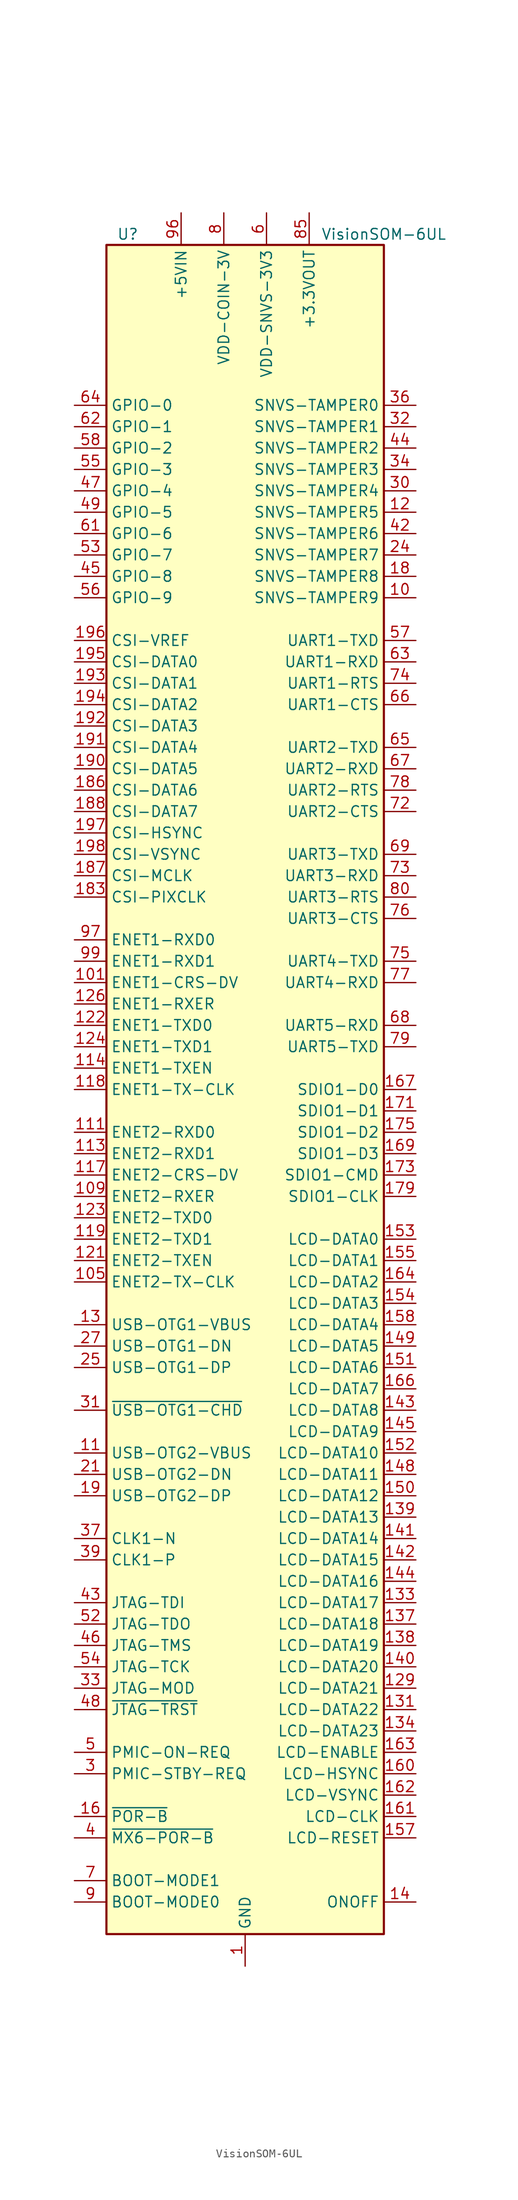
<source format=kicad_sym>
(kicad_symbol_lib
  (version 20211014)
  (generator kicad_symbol_editor)
  (symbol "VisionSOM-6UL"
    (property "Reference" "U"
      (at -13.97 101.6 0)
      (effects (font (size 1.27 1.27))))
    (property "Value" "VisionSOM-6UL"
      (at 16.51 101.6 0)
      (effects (font (size 1.27 1.27))))
    (symbol "VisionSOM-6UL_0_1"
      (rectangle (start -16.51 100.33) (end 16.51 -100.33) (stroke (width 0.254) (type default) (color 0 0 0 0)) (fill (type background))))
    (symbol "VisionSOM-6UL_1_1"
      (pin power_in line (at 0 -104.14 90) (length 3.81) (name "GND" (effects (font (size 1.27 1.27)))) (number "1" (effects (font (size 1.27 1.27)))))
      (pin bidirectional line (at 20.32 58.42 180) (length 3.81) (name "SNVS-TAMPER9" (effects (font (size 1.27 1.27)))) (number "10" (effects (font (size 1.27 1.27)))))
      (pin passive line (at -7.62 104.14 270) (length 3.81) hide (name "+5VIN" (effects (font (size 1.27 1.27)))) (number "100" (effects (font (size 1.27 1.27)))))
      (pin bidirectional line (at -20.32 12.7 0) (length 3.81) (name "ENET1-CRS-DV" (effects (font (size 1.27 1.27)))) (number "101" (effects (font (size 1.27 1.27)))))
      (pin passive line (at -7.62 104.14 270) (length 3.81) hide (name "+5VIN" (effects (font (size 1.27 1.27)))) (number "102" (effects (font (size 1.27 1.27)))))
      (pin passive line (at 0 -104.14 90) (length 3.81) hide (name "GND" (effects (font (size 1.27 1.27)))) (number "103" (effects (font (size 1.27 1.27)))))
      (pin passive line (at -7.62 104.14 270) (length 3.81) hide (name "+5VIN" (effects (font (size 1.27 1.27)))) (number "104" (effects (font (size 1.27 1.27)))))
      (pin bidirectional line (at -20.32 -22.86 0) (length 3.81) (name "ENET2-TX-CLK" (effects (font (size 1.27 1.27)))) (number "105" (effects (font (size 1.27 1.27)))))
      (pin passive line (at -7.62 104.14 270) (length 3.81) hide (name "+5VIN" (effects (font (size 1.27 1.27)))) (number "106" (effects (font (size 1.27 1.27)))))
      (pin passive line (at 0 -104.14 90) (length 3.81) hide (name "GND" (effects (font (size 1.27 1.27)))) (number "107" (effects (font (size 1.27 1.27)))))
      (pin passive line (at -7.62 104.14 270) (length 3.81) hide (name "+5VIN" (effects (font (size 1.27 1.27)))) (number "108" (effects (font (size 1.27 1.27)))))
      (pin bidirectional line (at -20.32 -12.7 0) (length 3.81) (name "ENET2-RXER" (effects (font (size 1.27 1.27)))) (number "109" (effects (font (size 1.27 1.27)))))
      (pin input line (at -20.32 -43.18 0) (length 3.81) (name "USB-OTG2-VBUS" (effects (font (size 1.27 1.27)))) (number "11" (effects (font (size 1.27 1.27)))))
      (pin passive line (at -7.62 104.14 270) (length 3.81) hide (name "+5VIN" (effects (font (size 1.27 1.27)))) (number "110" (effects (font (size 1.27 1.27)))))
      (pin bidirectional line (at -20.32 -5.08 0) (length 3.81) (name "ENET2-RXD0" (effects (font (size 1.27 1.27)))) (number "111" (effects (font (size 1.27 1.27)))))
      (pin passive line (at -7.62 104.14 270) (length 3.81) hide (name "+5VIN" (effects (font (size 1.27 1.27)))) (number "112" (effects (font (size 1.27 1.27)))))
      (pin bidirectional line (at -20.32 -7.62 0) (length 3.81) (name "ENET2-RXD1" (effects (font (size 1.27 1.27)))) (number "113" (effects (font (size 1.27 1.27)))))
      (pin bidirectional line (at -20.32 2.54 0) (length 3.81) (name "ENET1-TXEN" (effects (font (size 1.27 1.27)))) (number "114" (effects (font (size 1.27 1.27)))))
      (pin passive line (at 0 -104.14 90) (length 3.81) hide (name "GND" (effects (font (size 1.27 1.27)))) (number "115" (effects (font (size 1.27 1.27)))))
      (pin passive line (at 0 -104.14 90) (length 3.81) hide (name "GND" (effects (font (size 1.27 1.27)))) (number "116" (effects (font (size 1.27 1.27)))))
      (pin bidirectional line (at -20.32 -10.16 0) (length 3.81) (name "ENET2-CRS-DV" (effects (font (size 1.27 1.27)))) (number "117" (effects (font (size 1.27 1.27)))))
      (pin bidirectional line (at -20.32 0 0) (length 3.81) (name "ENET1-TX-CLK" (effects (font (size 1.27 1.27)))) (number "118" (effects (font (size 1.27 1.27)))))
      (pin bidirectional line (at -20.32 -17.78 0) (length 3.81) (name "ENET2-TXD1" (effects (font (size 1.27 1.27)))) (number "119" (effects (font (size 1.27 1.27)))))
      (pin bidirectional line (at 20.32 68.58 180) (length 3.81) (name "SNVS-TAMPER5" (effects (font (size 1.27 1.27)))) (number "12" (effects (font (size 1.27 1.27)))))
      (pin passive line (at 0 -104.14 90) (length 3.81) hide (name "GND" (effects (font (size 1.27 1.27)))) (number "120" (effects (font (size 1.27 1.27)))))
      (pin bidirectional line (at -20.32 -20.32 0) (length 3.81) (name "ENET2-TXEN" (effects (font (size 1.27 1.27)))) (number "121" (effects (font (size 1.27 1.27)))))
      (pin bidirectional line (at -20.32 7.62 0) (length 3.81) (name "ENET1-TXD0" (effects (font (size 1.27 1.27)))) (number "122" (effects (font (size 1.27 1.27)))))
      (pin bidirectional line (at -20.32 -15.24 0) (length 3.81) (name "ENET2-TXD0" (effects (font (size 1.27 1.27)))) (number "123" (effects (font (size 1.27 1.27)))))
      (pin bidirectional line (at -20.32 5.08 0) (length 3.81) (name "ENET1-TXD1" (effects (font (size 1.27 1.27)))) (number "124" (effects (font (size 1.27 1.27)))))
      (pin passive line (at 0 -104.14 90) (length 3.81) hide (name "GND" (effects (font (size 1.27 1.27)))) (number "125" (effects (font (size 1.27 1.27)))))
      (pin bidirectional line (at -20.32 10.16 0) (length 3.81) (name "ENET1-RXER" (effects (font (size 1.27 1.27)))) (number "126" (effects (font (size 1.27 1.27)))))
      (pin passive line (at 0 -104.14 90) (length 3.81) hide (name "GND" (effects (font (size 1.27 1.27)))) (number "127" (effects (font (size 1.27 1.27)))))
      (pin passive line (at 0 -104.14 90) (length 3.81) hide (name "GND" (effects (font (size 1.27 1.27)))) (number "128" (effects (font (size 1.27 1.27)))))
      (pin bidirectional line (at 20.32 -71.12 180) (length 3.81) (name "LCD-DATA21" (effects (font (size 1.27 1.27)))) (number "129" (effects (font (size 1.27 1.27)))))
      (pin input line (at -20.32 -27.94 0) (length 3.81) (name "USB-OTG1-VBUS" (effects (font (size 1.27 1.27)))) (number "13" (effects (font (size 1.27 1.27)))))
      (pin passive line (at 0 -104.14 90) (length 3.81) hide (name "GND" (effects (font (size 1.27 1.27)))) (number "130" (effects (font (size 1.27 1.27)))))
      (pin bidirectional line (at 20.32 -73.66 180) (length 3.81) (name "LCD-DATA22" (effects (font (size 1.27 1.27)))) (number "131" (effects (font (size 1.27 1.27)))))
      (pin passive line (at 0 -104.14 90) (length 3.81) hide (name "GND" (effects (font (size 1.27 1.27)))) (number "132" (effects (font (size 1.27 1.27)))))
      (pin bidirectional line (at 20.32 -60.96 180) (length 3.81) (name "LCD-DATA17" (effects (font (size 1.27 1.27)))) (number "133" (effects (font (size 1.27 1.27)))))
      (pin bidirectional line (at 20.32 -76.2 180) (length 3.81) (name "LCD-DATA23" (effects (font (size 1.27 1.27)))) (number "134" (effects (font (size 1.27 1.27)))))
      (pin passive line (at 0 -104.14 90) (length 3.81) hide (name "GND" (effects (font (size 1.27 1.27)))) (number "135" (effects (font (size 1.27 1.27)))))
      (pin passive line (at 0 -104.14 90) (length 3.81) hide (name "GND" (effects (font (size 1.27 1.27)))) (number "136" (effects (font (size 1.27 1.27)))))
      (pin bidirectional line (at 20.32 -63.5 180) (length 3.81) (name "LCD-DATA18" (effects (font (size 1.27 1.27)))) (number "137" (effects (font (size 1.27 1.27)))))
      (pin bidirectional line (at 20.32 -66.04 180) (length 3.81) (name "LCD-DATA19" (effects (font (size 1.27 1.27)))) (number "138" (effects (font (size 1.27 1.27)))))
      (pin bidirectional line (at 20.32 -50.8 180) (length 3.81) (name "LCD-DATA13" (effects (font (size 1.27 1.27)))) (number "139" (effects (font (size 1.27 1.27)))))
      (pin input line (at 20.32 -96.52 180) (length 3.81) (name "ONOFF" (effects (font (size 1.27 1.27)))) (number "14" (effects (font (size 1.27 1.27)))))
      (pin bidirectional line (at 20.32 -68.58 180) (length 3.81) (name "LCD-DATA20" (effects (font (size 1.27 1.27)))) (number "140" (effects (font (size 1.27 1.27)))))
      (pin bidirectional line (at 20.32 -53.34 180) (length 3.81) (name "LCD-DATA14" (effects (font (size 1.27 1.27)))) (number "141" (effects (font (size 1.27 1.27)))))
      (pin bidirectional line (at 20.32 -55.88 180) (length 3.81) (name "LCD-DATA15" (effects (font (size 1.27 1.27)))) (number "142" (effects (font (size 1.27 1.27)))))
      (pin bidirectional line (at 20.32 -38.1 180) (length 3.81) (name "LCD-DATA8" (effects (font (size 1.27 1.27)))) (number "143" (effects (font (size 1.27 1.27)))))
      (pin bidirectional line (at 20.32 -58.42 180) (length 3.81) (name "LCD-DATA16" (effects (font (size 1.27 1.27)))) (number "144" (effects (font (size 1.27 1.27)))))
      (pin bidirectional line (at 20.32 -40.64 180) (length 3.81) (name "LCD-DATA9" (effects (font (size 1.27 1.27)))) (number "145" (effects (font (size 1.27 1.27)))))
      (pin passive line (at 0 -104.14 90) (length 3.81) hide (name "GND" (effects (font (size 1.27 1.27)))) (number "146" (effects (font (size 1.27 1.27)))))
      (pin passive line (at 0 -104.14 90) (length 3.81) hide (name "GND" (effects (font (size 1.27 1.27)))) (number "147" (effects (font (size 1.27 1.27)))))
      (pin bidirectional line (at 20.32 -45.72 180) (length 3.81) (name "LCD-DATA11" (effects (font (size 1.27 1.27)))) (number "148" (effects (font (size 1.27 1.27)))))
      (pin bidirectional line (at 20.32 -30.48 180) (length 3.81) (name "LCD-DATA5" (effects (font (size 1.27 1.27)))) (number "149" (effects (font (size 1.27 1.27)))))
      (pin passive line (at 0 -104.14 90) (length 3.81) hide (name "GND" (effects (font (size 1.27 1.27)))) (number "15" (effects (font (size 1.27 1.27)))))
      (pin bidirectional line (at 20.32 -48.26 180) (length 3.81) (name "LCD-DATA12" (effects (font (size 1.27 1.27)))) (number "150" (effects (font (size 1.27 1.27)))))
      (pin bidirectional line (at 20.32 -33.02 180) (length 3.81) (name "LCD-DATA6" (effects (font (size 1.27 1.27)))) (number "151" (effects (font (size 1.27 1.27)))))
      (pin bidirectional line (at 20.32 -43.18 180) (length 3.81) (name "LCD-DATA10" (effects (font (size 1.27 1.27)))) (number "152" (effects (font (size 1.27 1.27)))))
      (pin bidirectional line (at 20.32 -17.78 180) (length 3.81) (name "LCD-DATA0" (effects (font (size 1.27 1.27)))) (number "153" (effects (font (size 1.27 1.27)))))
      (pin bidirectional line (at 20.32 -25.4 180) (length 3.81) (name "LCD-DATA3" (effects (font (size 1.27 1.27)))) (number "154" (effects (font (size 1.27 1.27)))))
      (pin bidirectional line (at 20.32 -20.32 180) (length 3.81) (name "LCD-DATA1" (effects (font (size 1.27 1.27)))) (number "155" (effects (font (size 1.27 1.27)))))
      (pin passive line (at 0 -104.14 90) (length 3.81) hide (name "GND" (effects (font (size 1.27 1.27)))) (number "156" (effects (font (size 1.27 1.27)))))
      (pin bidirectional line (at 20.32 -88.9 180) (length 3.81) (name "LCD-RESET" (effects (font (size 1.27 1.27)))) (number "157" (effects (font (size 1.27 1.27)))))
      (pin bidirectional line (at 20.32 -27.94 180) (length 3.81) (name "LCD-DATA4" (effects (font (size 1.27 1.27)))) (number "158" (effects (font (size 1.27 1.27)))))
      (pin passive line (at 0 -104.14 90) (length 3.81) hide (name "GND" (effects (font (size 1.27 1.27)))) (number "159" (effects (font (size 1.27 1.27)))))
      (pin input line (at -20.32 -86.36 0) (length 3.81) (name "~{POR-B}" (effects (font (size 1.27 1.27)))) (number "16" (effects (font (size 1.27 1.27)))))
      (pin bidirectional line (at 20.32 -81.28 180) (length 3.81) (name "LCD-HSYNC" (effects (font (size 1.27 1.27)))) (number "160" (effects (font (size 1.27 1.27)))))
      (pin bidirectional line (at 20.32 -86.36 180) (length 3.81) (name "LCD-CLK" (effects (font (size 1.27 1.27)))) (number "161" (effects (font (size 1.27 1.27)))))
      (pin bidirectional line (at 20.32 -83.82 180) (length 3.81) (name "LCD-VSYNC" (effects (font (size 1.27 1.27)))) (number "162" (effects (font (size 1.27 1.27)))))
      (pin bidirectional line (at 20.32 -78.74 180) (length 3.81) (name "LCD-ENABLE" (effects (font (size 1.27 1.27)))) (number "163" (effects (font (size 1.27 1.27)))))
      (pin bidirectional line (at 20.32 -22.86 180) (length 3.81) (name "LCD-DATA2" (effects (font (size 1.27 1.27)))) (number "164" (effects (font (size 1.27 1.27)))))
      (pin passive line (at 0 -104.14 90) (length 3.81) hide (name "GND" (effects (font (size 1.27 1.27)))) (number "165" (effects (font (size 1.27 1.27)))))
      (pin bidirectional line (at 20.32 -35.56 180) (length 3.81) (name "LCD-DATA7" (effects (font (size 1.27 1.27)))) (number "166" (effects (font (size 1.27 1.27)))))
      (pin bidirectional line (at 20.32 0 180) (length 3.81) (name "SDIO1-D0" (effects (font (size 1.27 1.27)))) (number "167" (effects (font (size 1.27 1.27)))))
      (pin passive line (at 0 -104.14 90) (length 3.81) hide (name "GND" (effects (font (size 1.27 1.27)))) (number "168" (effects (font (size 1.27 1.27)))))
      (pin bidirectional line (at 20.32 -7.62 180) (length 3.81) (name "SDIO1-D3" (effects (font (size 1.27 1.27)))) (number "169" (effects (font (size 1.27 1.27)))))
      (pin passive line (at 0 -104.14 90) (length 3.81) hide (name "GND" (effects (font (size 1.27 1.27)))) (number "17" (effects (font (size 1.27 1.27)))))
      (pin passive line (at 0 -104.14 90) (length 3.81) hide (name "GND" (effects (font (size 1.27 1.27)))) (number "170" (effects (font (size 1.27 1.27)))))
      (pin bidirectional line (at 20.32 -2.54 180) (length 3.81) (name "SDIO1-D1" (effects (font (size 1.27 1.27)))) (number "171" (effects (font (size 1.27 1.27)))))
      (pin passive line (at 0 -104.14 90) (length 3.81) hide (name "GND" (effects (font (size 1.27 1.27)))) (number "172" (effects (font (size 1.27 1.27)))))
      (pin bidirectional line (at 20.32 -10.16 180) (length 3.81) (name "SDIO1-CMD" (effects (font (size 1.27 1.27)))) (number "173" (effects (font (size 1.27 1.27)))))
      (pin passive line (at 0 -104.14 90) (length 3.81) hide (name "GND" (effects (font (size 1.27 1.27)))) (number "174" (effects (font (size 1.27 1.27)))))
      (pin bidirectional line (at 20.32 -5.08 180) (length 3.81) (name "SDIO1-D2" (effects (font (size 1.27 1.27)))) (number "175" (effects (font (size 1.27 1.27)))))
      (pin passive line (at 0 -104.14 90) (length 3.81) hide (name "GND" (effects (font (size 1.27 1.27)))) (number "176" (effects (font (size 1.27 1.27)))))
      (pin passive line (at 0 -104.14 90) (length 3.81) hide (name "GND" (effects (font (size 1.27 1.27)))) (number "177" (effects (font (size 1.27 1.27)))))
      (pin passive line (at 0 -104.14 90) (length 3.81) hide (name "GND" (effects (font (size 1.27 1.27)))) (number "178" (effects (font (size 1.27 1.27)))))
      (pin bidirectional line (at 20.32 -12.7 180) (length 3.81) (name "SDIO1-CLK" (effects (font (size 1.27 1.27)))) (number "179" (effects (font (size 1.27 1.27)))))
      (pin bidirectional line (at 20.32 60.96 180) (length 3.81) (name "SNVS-TAMPER8" (effects (font (size 1.27 1.27)))) (number "18" (effects (font (size 1.27 1.27)))))
      (pin passive line (at 0 -104.14 90) (length 3.81) hide (name "GND" (effects (font (size 1.27 1.27)))) (number "180" (effects (font (size 1.27 1.27)))))
      (pin passive line (at 0 -104.14 90) (length 3.81) hide (name "GND" (effects (font (size 1.27 1.27)))) (number "181" (effects (font (size 1.27 1.27)))))
      (pin passive line (at 0 -104.14 90) (length 3.81) hide (name "GND" (effects (font (size 1.27 1.27)))) (number "182" (effects (font (size 1.27 1.27)))))
      (pin bidirectional line (at -20.32 22.86 0) (length 3.81) (name "CSI-PIXCLK" (effects (font (size 1.27 1.27)))) (number "183" (effects (font (size 1.27 1.27)))))
      (pin passive line (at 0 -104.14 90) (length 3.81) hide (name "GND" (effects (font (size 1.27 1.27)))) (number "184" (effects (font (size 1.27 1.27)))))
      (pin passive line (at 0 -104.14 90) (length 3.81) hide (name "GND" (effects (font (size 1.27 1.27)))) (number "185" (effects (font (size 1.27 1.27)))))
      (pin bidirectional line (at -20.32 35.56 0) (length 3.81) (name "CSI-DATA6" (effects (font (size 1.27 1.27)))) (number "186" (effects (font (size 1.27 1.27)))))
      (pin bidirectional line (at -20.32 25.4 0) (length 3.81) (name "CSI-MCLK" (effects (font (size 1.27 1.27)))) (number "187" (effects (font (size 1.27 1.27)))))
      (pin bidirectional line (at -20.32 33.02 0) (length 3.81) (name "CSI-DATA7" (effects (font (size 1.27 1.27)))) (number "188" (effects (font (size 1.27 1.27)))))
      (pin passive line (at 0 -104.14 90) (length 3.81) hide (name "GND" (effects (font (size 1.27 1.27)))) (number "189" (effects (font (size 1.27 1.27)))))
      (pin bidirectional line (at -20.32 -48.26 0) (length 3.81) (name "USB-OTG2-DP" (effects (font (size 1.27 1.27)))) (number "19" (effects (font (size 1.27 1.27)))))
      (pin bidirectional line (at -20.32 38.1 0) (length 3.81) (name "CSI-DATA5" (effects (font (size 1.27 1.27)))) (number "190" (effects (font (size 1.27 1.27)))))
      (pin bidirectional line (at -20.32 40.64 0) (length 3.81) (name "CSI-DATA4" (effects (font (size 1.27 1.27)))) (number "191" (effects (font (size 1.27 1.27)))))
      (pin bidirectional line (at -20.32 43.18 0) (length 3.81) (name "CSI-DATA3" (effects (font (size 1.27 1.27)))) (number "192" (effects (font (size 1.27 1.27)))))
      (pin bidirectional line (at -20.32 48.26 0) (length 3.81) (name "CSI-DATA1" (effects (font (size 1.27 1.27)))) (number "193" (effects (font (size 1.27 1.27)))))
      (pin bidirectional line (at -20.32 45.72 0) (length 3.81) (name "CSI-DATA2" (effects (font (size 1.27 1.27)))) (number "194" (effects (font (size 1.27 1.27)))))
      (pin bidirectional line (at -20.32 50.8 0) (length 3.81) (name "CSI-DATA0" (effects (font (size 1.27 1.27)))) (number "195" (effects (font (size 1.27 1.27)))))
      (pin passive line (at -20.32 53.34 0) (length 3.81) (name "CSI-VREF" (effects (font (size 1.27 1.27)))) (number "196" (effects (font (size 1.27 1.27)))))
      (pin bidirectional line (at -20.32 30.48 0) (length 3.81) (name "CSI-HSYNC" (effects (font (size 1.27 1.27)))) (number "197" (effects (font (size 1.27 1.27)))))
      (pin bidirectional line (at -20.32 27.94 0) (length 3.81) (name "CSI-VSYNC" (effects (font (size 1.27 1.27)))) (number "198" (effects (font (size 1.27 1.27)))))
      (pin passive line (at 0 -104.14 90) (length 3.81) hide (name "GND" (effects (font (size 1.27 1.27)))) (number "199" (effects (font (size 1.27 1.27)))))
      (pin passive line (at 0 -104.14 90) (length 3.81) hide (name "GND" (effects (font (size 1.27 1.27)))) (number "2" (effects (font (size 1.27 1.27)))))
      (pin passive line (at 0 -104.14 90) (length 3.81) hide (name "GND" (effects (font (size 1.27 1.27)))) (number "20" (effects (font (size 1.27 1.27)))))
      (pin passive line (at 0 -104.14 90) (length 3.81) hide (name "GND" (effects (font (size 1.27 1.27)))) (number "200" (effects (font (size 1.27 1.27)))))
      (pin bidirectional line (at -20.32 -45.72 0) (length 3.81) (name "USB-OTG2-DN" (effects (font (size 1.27 1.27)))) (number "21" (effects (font (size 1.27 1.27)))))
      (pin passive line (at 0 -104.14 90) (length 3.81) hide (name "GND" (effects (font (size 1.27 1.27)))) (number "22" (effects (font (size 1.27 1.27)))))
      (pin passive line (at 0 -104.14 90) (length 3.81) hide (name "GND" (effects (font (size 1.27 1.27)))) (number "23" (effects (font (size 1.27 1.27)))))
      (pin bidirectional line (at 20.32 63.5 180) (length 3.81) (name "SNVS-TAMPER7" (effects (font (size 1.27 1.27)))) (number "24" (effects (font (size 1.27 1.27)))))
      (pin bidirectional line (at -20.32 -33.02 0) (length 3.81) (name "USB-OTG1-DP" (effects (font (size 1.27 1.27)))) (number "25" (effects (font (size 1.27 1.27)))))
      (pin passive line (at 0 -104.14 90) (length 3.81) hide (name "GND" (effects (font (size 1.27 1.27)))) (number "26" (effects (font (size 1.27 1.27)))))
      (pin bidirectional line (at -20.32 -30.48 0) (length 3.81) (name "USB-OTG1-DN" (effects (font (size 1.27 1.27)))) (number "27" (effects (font (size 1.27 1.27)))))
      (pin passive line (at 0 -104.14 90) (length 3.81) hide (name "GND" (effects (font (size 1.27 1.27)))) (number "28" (effects (font (size 1.27 1.27)))))
      (pin passive line (at 0 -104.14 90) (length 3.81) hide (name "GND" (effects (font (size 1.27 1.27)))) (number "29" (effects (font (size 1.27 1.27)))))
      (pin output line (at -20.32 -81.28 0) (length 3.81) (name "PMIC-STBY-REQ" (effects (font (size 1.27 1.27)))) (number "3" (effects (font (size 1.27 1.27)))))
      (pin bidirectional line (at 20.32 71.12 180) (length 3.81) (name "SNVS-TAMPER4" (effects (font (size 1.27 1.27)))) (number "30" (effects (font (size 1.27 1.27)))))
      (pin open_collector line (at -20.32 -38.1 0) (length 3.81) (name "~{USB-OTG1-CHD}" (effects (font (size 1.27 1.27)))) (number "31" (effects (font (size 1.27 1.27)))))
      (pin bidirectional line (at 20.32 78.74 180) (length 3.81) (name "SNVS-TAMPER1" (effects (font (size 1.27 1.27)))) (number "32" (effects (font (size 1.27 1.27)))))
      (pin bidirectional line (at -20.32 -71.12 0) (length 3.81) (name "JTAG-MOD" (effects (font (size 1.27 1.27)))) (number "33" (effects (font (size 1.27 1.27)))))
      (pin bidirectional line (at 20.32 73.66 180) (length 3.81) (name "SNVS-TAMPER3" (effects (font (size 1.27 1.27)))) (number "34" (effects (font (size 1.27 1.27)))))
      (pin passive line (at 0 -104.14 90) (length 3.81) hide (name "GND" (effects (font (size 1.27 1.27)))) (number "35" (effects (font (size 1.27 1.27)))))
      (pin bidirectional line (at 20.32 81.28 180) (length 3.81) (name "SNVS-TAMPER0" (effects (font (size 1.27 1.27)))) (number "36" (effects (font (size 1.27 1.27)))))
      (pin bidirectional line (at -20.32 -53.34 0) (length 3.81) (name "CLK1-N" (effects (font (size 1.27 1.27)))) (number "37" (effects (font (size 1.27 1.27)))))
      (pin passive line (at 0 -104.14 90) (length 3.81) hide (name "GND" (effects (font (size 1.27 1.27)))) (number "38" (effects (font (size 1.27 1.27)))))
      (pin bidirectional line (at -20.32 -55.88 0) (length 3.81) (name "CLK1-P" (effects (font (size 1.27 1.27)))) (number "39" (effects (font (size 1.27 1.27)))))
      (pin input line (at -20.32 -88.9 0) (length 3.81) (name "~{MX6-POR-B}" (effects (font (size 1.27 1.27)))) (number "4" (effects (font (size 1.27 1.27)))))
      (pin passive line (at 0 -104.14 90) (length 3.81) hide (name "GND" (effects (font (size 1.27 1.27)))) (number "40" (effects (font (size 1.27 1.27)))))
      (pin passive line (at 0 -104.14 90) (length 3.81) hide (name "GND" (effects (font (size 1.27 1.27)))) (number "41" (effects (font (size 1.27 1.27)))))
      (pin bidirectional line (at 20.32 66.04 180) (length 3.81) (name "SNVS-TAMPER6" (effects (font (size 1.27 1.27)))) (number "42" (effects (font (size 1.27 1.27)))))
      (pin bidirectional line (at -20.32 -60.96 0) (length 3.81) (name "JTAG-TDI" (effects (font (size 1.27 1.27)))) (number "43" (effects (font (size 1.27 1.27)))))
      (pin bidirectional line (at 20.32 76.2 180) (length 3.81) (name "SNVS-TAMPER2" (effects (font (size 1.27 1.27)))) (number "44" (effects (font (size 1.27 1.27)))))
      (pin bidirectional line (at -20.32 60.96 0) (length 3.81) (name "GPIO-8" (effects (font (size 1.27 1.27)))) (number "45" (effects (font (size 1.27 1.27)))))
      (pin bidirectional line (at -20.32 -66.04 0) (length 3.81) (name "JTAG-TMS" (effects (font (size 1.27 1.27)))) (number "46" (effects (font (size 1.27 1.27)))))
      (pin bidirectional line (at -20.32 71.12 0) (length 3.81) (name "GPIO-4" (effects (font (size 1.27 1.27)))) (number "47" (effects (font (size 1.27 1.27)))))
      (pin bidirectional line (at -20.32 -73.66 0) (length 3.81) (name "~{JTAG-TRST}" (effects (font (size 1.27 1.27)))) (number "48" (effects (font (size 1.27 1.27)))))
      (pin bidirectional line (at -20.32 68.58 0) (length 3.81) (name "GPIO-5" (effects (font (size 1.27 1.27)))) (number "49" (effects (font (size 1.27 1.27)))))
      (pin output line (at -20.32 -78.74 0) (length 3.81) (name "PMIC-ON-REQ" (effects (font (size 1.27 1.27)))) (number "5" (effects (font (size 1.27 1.27)))))
      (pin passive line (at 0 -104.14 90) (length 3.81) hide (name "GND" (effects (font (size 1.27 1.27)))) (number "50" (effects (font (size 1.27 1.27)))))
      (pin passive line (at 0 -104.14 90) (length 3.81) hide (name "GND" (effects (font (size 1.27 1.27)))) (number "51" (effects (font (size 1.27 1.27)))))
      (pin bidirectional line (at -20.32 -63.5 0) (length 3.81) (name "JTAG-TDO" (effects (font (size 1.27 1.27)))) (number "52" (effects (font (size 1.27 1.27)))))
      (pin bidirectional line (at -20.32 63.5 0) (length 3.81) (name "GPIO-7" (effects (font (size 1.27 1.27)))) (number "53" (effects (font (size 1.27 1.27)))))
      (pin bidirectional line (at -20.32 -68.58 0) (length 3.81) (name "JTAG-TCK" (effects (font (size 1.27 1.27)))) (number "54" (effects (font (size 1.27 1.27)))))
      (pin bidirectional line (at -20.32 73.66 0) (length 3.81) (name "GPIO-3" (effects (font (size 1.27 1.27)))) (number "55" (effects (font (size 1.27 1.27)))))
      (pin bidirectional line (at -20.32 58.42 0) (length 3.81) (name "GPIO-9" (effects (font (size 1.27 1.27)))) (number "56" (effects (font (size 1.27 1.27)))))
      (pin bidirectional line (at 20.32 53.34 180) (length 3.81) (name "UART1-TXD" (effects (font (size 1.27 1.27)))) (number "57" (effects (font (size 1.27 1.27)))))
      (pin bidirectional line (at -20.32 76.2 0) (length 3.81) (name "GPIO-2" (effects (font (size 1.27 1.27)))) (number "58" (effects (font (size 1.27 1.27)))))
      (pin passive line (at 0 -104.14 90) (length 3.81) hide (name "GND" (effects (font (size 1.27 1.27)))) (number "59" (effects (font (size 1.27 1.27)))))
      (pin power_in line (at 2.54 104.14 270) (length 3.81) (name "VDD-SNVS-3V3" (effects (font (size 1.27 1.27)))) (number "6" (effects (font (size 1.27 1.27)))))
      (pin passive line (at 0 -104.14 90) (length 3.81) hide (name "GND" (effects (font (size 1.27 1.27)))) (number "60" (effects (font (size 1.27 1.27)))))
      (pin bidirectional line (at -20.32 66.04 0) (length 3.81) (name "GPIO-6" (effects (font (size 1.27 1.27)))) (number "61" (effects (font (size 1.27 1.27)))))
      (pin bidirectional line (at -20.32 78.74 0) (length 3.81) (name "GPIO-1" (effects (font (size 1.27 1.27)))) (number "62" (effects (font (size 1.27 1.27)))))
      (pin bidirectional line (at 20.32 50.8 180) (length 3.81) (name "UART1-RXD" (effects (font (size 1.27 1.27)))) (number "63" (effects (font (size 1.27 1.27)))))
      (pin bidirectional line (at -20.32 81.28 0) (length 3.81) (name "GPIO-0" (effects (font (size 1.27 1.27)))) (number "64" (effects (font (size 1.27 1.27)))))
      (pin bidirectional line (at 20.32 40.64 180) (length 3.81) (name "UART2-TXD" (effects (font (size 1.27 1.27)))) (number "65" (effects (font (size 1.27 1.27)))))
      (pin bidirectional line (at 20.32 45.72 180) (length 3.81) (name "UART1-CTS" (effects (font (size 1.27 1.27)))) (number "66" (effects (font (size 1.27 1.27)))))
      (pin bidirectional line (at 20.32 38.1 180) (length 3.81) (name "UART2-RXD" (effects (font (size 1.27 1.27)))) (number "67" (effects (font (size 1.27 1.27)))))
      (pin bidirectional line (at 20.32 7.62 180) (length 3.81) (name "UART5-RXD" (effects (font (size 1.27 1.27)))) (number "68" (effects (font (size 1.27 1.27)))))
      (pin bidirectional line (at 20.32 27.94 180) (length 3.81) (name "UART3-TXD" (effects (font (size 1.27 1.27)))) (number "69" (effects (font (size 1.27 1.27)))))
      (pin input line (at -20.32 -93.98 0) (length 3.81) (name "BOOT-MODE1" (effects (font (size 1.27 1.27)))) (number "7" (effects (font (size 1.27 1.27)))))
      (pin passive line (at 0 -104.14 90) (length 3.81) hide (name "GND" (effects (font (size 1.27 1.27)))) (number "70" (effects (font (size 1.27 1.27)))))
      (pin passive line (at 0 -104.14 90) (length 3.81) hide (name "GND" (effects (font (size 1.27 1.27)))) (number "71" (effects (font (size 1.27 1.27)))))
      (pin bidirectional line (at 20.32 33.02 180) (length 3.81) (name "UART2-CTS" (effects (font (size 1.27 1.27)))) (number "72" (effects (font (size 1.27 1.27)))))
      (pin bidirectional line (at 20.32 25.4 180) (length 3.81) (name "UART3-RXD" (effects (font (size 1.27 1.27)))) (number "73" (effects (font (size 1.27 1.27)))))
      (pin bidirectional line (at 20.32 48.26 180) (length 3.81) (name "UART1-RTS" (effects (font (size 1.27 1.27)))) (number "74" (effects (font (size 1.27 1.27)))))
      (pin bidirectional line (at 20.32 15.24 180) (length 3.81) (name "UART4-TXD" (effects (font (size 1.27 1.27)))) (number "75" (effects (font (size 1.27 1.27)))))
      (pin bidirectional line (at 20.32 20.32 180) (length 3.81) (name "UART3-CTS" (effects (font (size 1.27 1.27)))) (number "76" (effects (font (size 1.27 1.27)))))
      (pin bidirectional line (at 20.32 12.7 180) (length 3.81) (name "UART4-RXD" (effects (font (size 1.27 1.27)))) (number "77" (effects (font (size 1.27 1.27)))))
      (pin bidirectional line (at 20.32 35.56 180) (length 3.81) (name "UART2-RTS" (effects (font (size 1.27 1.27)))) (number "78" (effects (font (size 1.27 1.27)))))
      (pin bidirectional line (at 20.32 5.08 180) (length 3.81) (name "UART5-TXD" (effects (font (size 1.27 1.27)))) (number "79" (effects (font (size 1.27 1.27)))))
      (pin power_in line (at -2.54 104.14 270) (length 3.81) (name "VDD-COIN-3V" (effects (font (size 1.27 1.27)))) (number "8" (effects (font (size 1.27 1.27)))))
      (pin bidirectional line (at 20.32 22.86 180) (length 3.81) (name "UART3-RTS" (effects (font (size 1.27 1.27)))) (number "80" (effects (font (size 1.27 1.27)))))
      (pin passive line (at 0 -104.14 90) (length 3.81) hide (name "GND" (effects (font (size 1.27 1.27)))) (number "81" (effects (font (size 1.27 1.27)))))
      (pin passive line (at 0 -104.14 90) (length 3.81) hide (name "GND" (effects (font (size 1.27 1.27)))) (number "82" (effects (font (size 1.27 1.27)))))
      (pin no_connect line (at 15.24 -93.98 180) (length 3.81) hide (name "NC" (effects (font (size 1.27 1.27)))) (number "83" (effects (font (size 1.27 1.27)))))
      (pin passive line (at 0 -104.14 90) (length 3.81) hide (name "GND" (effects (font (size 1.27 1.27)))) (number "84" (effects (font (size 1.27 1.27)))))
      (pin power_out line (at 7.62 104.14 270) (length 3.81) (name "+3.3VOUT" (effects (font (size 1.27 1.27)))) (number "85" (effects (font (size 1.27 1.27)))))
      (pin no_connect line (at -15.24 -76.2 0) (length 2.54) hide (name "NC" (effects (font (size 1.27 1.27)))) (number "86" (effects (font (size 1.27 1.27)))))
      (pin passive line (at 7.62 104.14 270) (length 3.81) hide (name "+3.3VOUT" (effects (font (size 1.27 1.27)))) (number "87" (effects (font (size 1.27 1.27)))))
      (pin passive line (at 7.62 104.14 270) (length 3.81) hide (name "+3.3VOUT" (effects (font (size 1.27 1.27)))) (number "88" (effects (font (size 1.27 1.27)))))
      (pin passive line (at 7.62 104.14 270) (length 3.81) hide (name "+3.3VOUT" (effects (font (size 1.27 1.27)))) (number "89" (effects (font (size 1.27 1.27)))))
      (pin input line (at -20.32 -96.52 0) (length 3.81) (name "BOOT-MODE0" (effects (font (size 1.27 1.27)))) (number "9" (effects (font (size 1.27 1.27)))))
      (pin passive line (at 7.62 104.14 270) (length 3.81) hide (name "+3.3VOUT" (effects (font (size 1.27 1.27)))) (number "90" (effects (font (size 1.27 1.27)))))
      (pin passive line (at 7.62 104.14 270) (length 3.81) hide (name "+3.3VOUT" (effects (font (size 1.27 1.27)))) (number "91" (effects (font (size 1.27 1.27)))))
      (pin passive line (at 7.62 104.14 270) (length 3.81) hide (name "+3.3VOUT" (effects (font (size 1.27 1.27)))) (number "92" (effects (font (size 1.27 1.27)))))
      (pin passive line (at 7.62 104.14 270) (length 3.81) hide (name "+3.3VOUT" (effects (font (size 1.27 1.27)))) (number "93" (effects (font (size 1.27 1.27)))))
      (pin no_connect line (at -15.24 -83.82 0) (length 2.54) hide (name "NC" (effects (font (size 1.27 1.27)))) (number "94" (effects (font (size 1.27 1.27)))))
      (pin no_connect line (at -15.24 -91.44 0) (length 2.54) hide (name "NC" (effects (font (size 1.27 1.27)))) (number "95" (effects (font (size 1.27 1.27)))))
      (pin power_in line (at -7.62 104.14 270) (length 3.81) (name "+5VIN" (effects (font (size 1.27 1.27)))) (number "96" (effects (font (size 1.27 1.27)))))
      (pin bidirectional line (at -20.32 17.78 0) (length 3.81) (name "ENET1-RXD0" (effects (font (size 1.27 1.27)))) (number "97" (effects (font (size 1.27 1.27)))))
      (pin passive line (at -7.62 104.14 270) (length 3.81) hide (name "+5VIN" (effects (font (size 1.27 1.27)))) (number "98" (effects (font (size 1.27 1.27)))))
      (pin bidirectional line (at -20.32 15.24 0) (length 3.81) (name "ENET1-RXD1" (effects (font (size 1.27 1.27)))) (number "99" (effects (font (size 1.27 1.27))))))))
</source>
